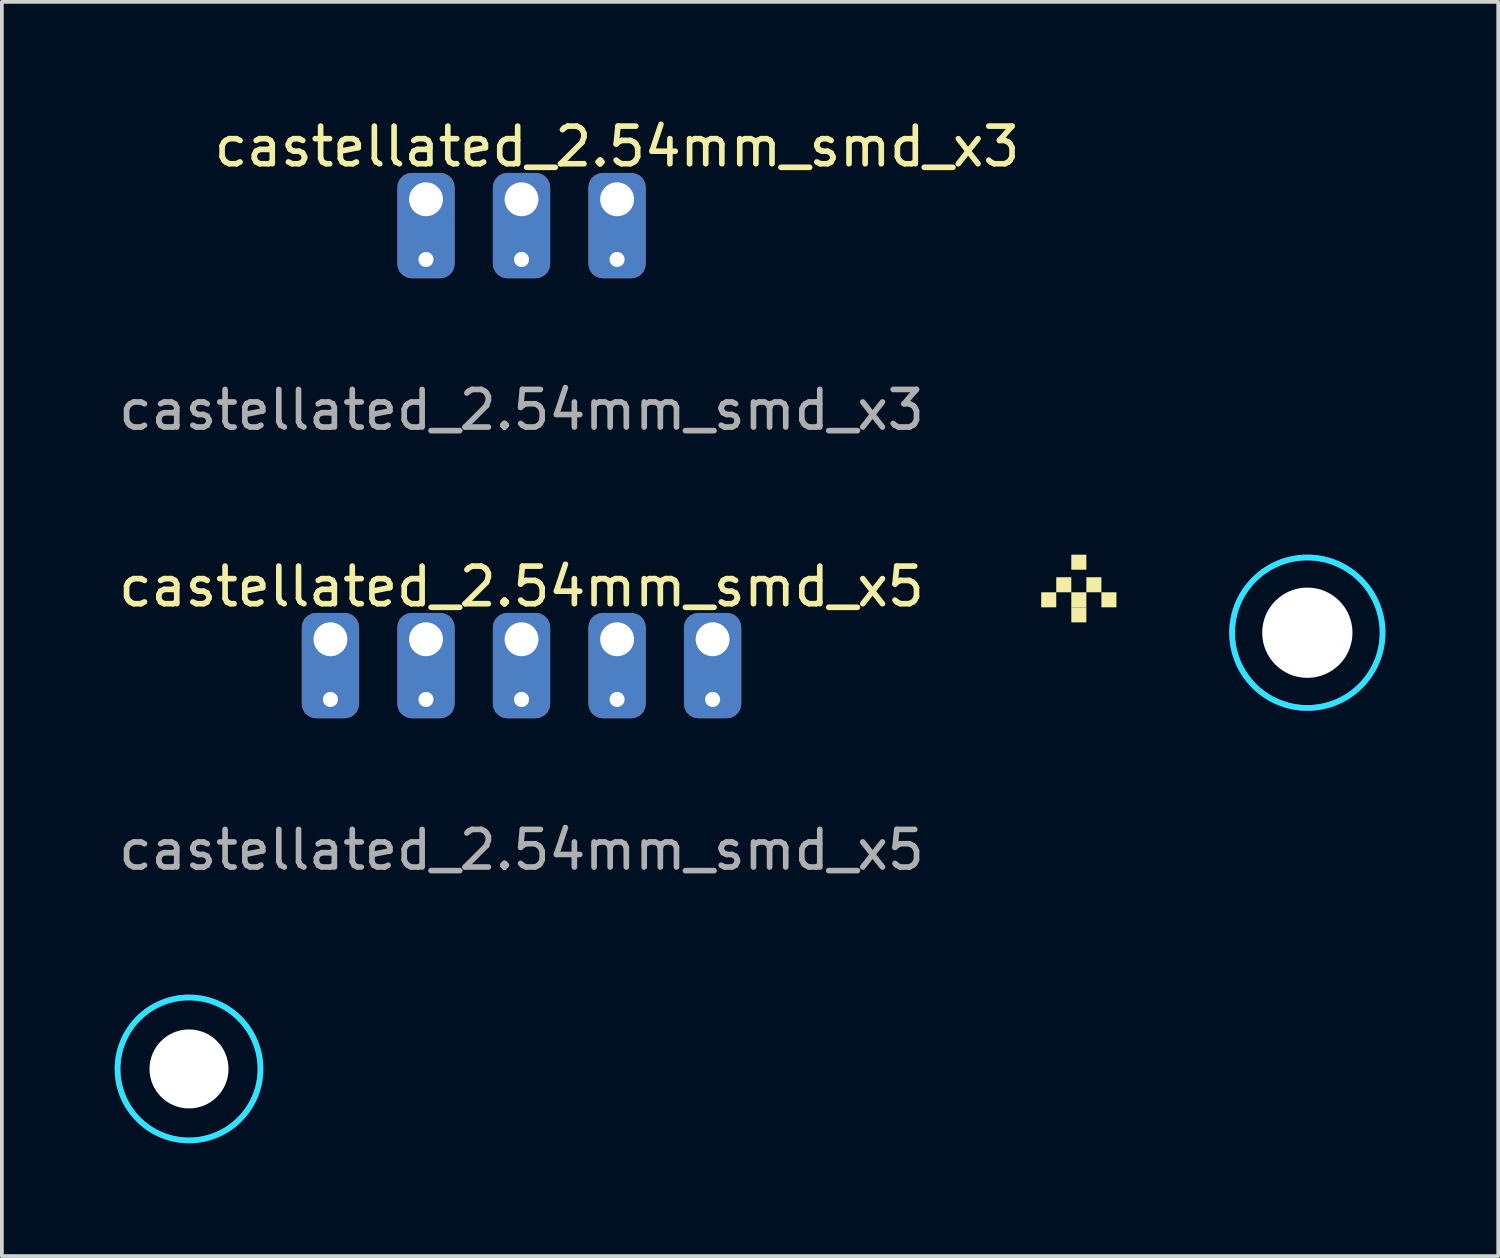
<source format=kicad_pcb>
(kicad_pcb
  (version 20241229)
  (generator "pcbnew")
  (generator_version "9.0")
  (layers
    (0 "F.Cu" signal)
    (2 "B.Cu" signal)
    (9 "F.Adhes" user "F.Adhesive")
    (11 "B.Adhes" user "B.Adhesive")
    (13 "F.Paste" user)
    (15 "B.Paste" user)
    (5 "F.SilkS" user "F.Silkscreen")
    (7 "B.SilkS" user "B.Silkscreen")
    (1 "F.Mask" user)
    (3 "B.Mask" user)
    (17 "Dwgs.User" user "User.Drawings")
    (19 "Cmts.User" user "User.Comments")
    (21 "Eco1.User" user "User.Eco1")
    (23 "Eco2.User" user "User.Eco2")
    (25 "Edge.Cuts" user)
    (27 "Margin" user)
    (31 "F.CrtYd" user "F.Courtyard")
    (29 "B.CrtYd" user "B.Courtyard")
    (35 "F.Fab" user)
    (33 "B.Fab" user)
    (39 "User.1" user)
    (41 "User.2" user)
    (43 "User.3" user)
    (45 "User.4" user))
  (footprint "castellated_2.54mm_smd_x3"
    (layer "F.Cu")
    (at 10.815 2.248)
    (property "Reference" "castellated_2.54mm_smd_x3" (at 2.54 -1.4 0) (unlocked yes) (layer "F.SilkS") (effects (font (size 1 1) (thickness 0.15))))
    (fp_text user "${REFERENCE}" (at 0 5.6 0) (unlocked yes) (layer "F.Fab") (effects (font (size 1 1) (thickness 0.15))))
    (pad "1" thru_hole roundrect (at -2.54 0) (size 1.524 2.8) (drill 0.9 (offset 0 0.7)) (layers "*.Cu" "*.Mask") (roundrect_rratio 0.25))
    (pad "1" thru_hole circle (at -2.54 1.6) (size 0.6 0.6) (drill 0.4) (layers "*.Cu" "*.Mask"))
    (pad "2" thru_hole roundrect (at 0 0) (size 1.524 2.8) (drill 0.9 (offset 0 0.7)) (layers "*.Cu" "*.Mask") (roundrect_rratio 0.25))
    (pad "2" thru_hole circle (at 0 1.6) (size 0.6 0.6) (drill 0.4) (layers "*.Cu" "*.Mask"))
    (pad "3" thru_hole roundrect (at 2.54 0) (size 1.524 2.8) (drill 0.9 (offset 0 0.7)) (layers "*.Cu" "*.Mask") (roundrect_rratio 0.25))
    (pad "3" thru_hole circle (at 2.54 1.6) (size 0.6 0.6) (drill 0.4) (layers "*.Cu" "*.Mask")))
  (footprint "MH_M2"
    (layer "F.Cu")
    (at 31.706 13.771)
    (property "Reference" "MH_M2" (at 0 0 0) (layer "F.SilkS") (effects (font (size 0.025 0.025) (thickness 0.006))))
    (attr through_hole)
    (fp_circle (center 0 0) (end 2 0) (stroke (width 0.15) (type solid)) (fill no) (layer "B.CrtYd"))
    (fp_circle (center 0 0) (end 2 0) (stroke (width 0.15) (type solid)) (fill no) (layer "F.CrtYd"))
    (pad "" np_thru_hole circle (at 0 0) (size 2.4 2.4) (drill 2.4) (layers "*.Cu" "*.Mask")))
  (footprint "github_avatar"
    (layer "F.Cu")
    (at 25.631 12.496)
    (property "Reference" "github_avatar" (at 0 0.5 0) (layer "F.SilkS") (effects (font (size 0.03 0.03) (thickness 0.007))))
    (attr through_hole)
    (fp_poly (pts (xy -1 0.2) (xy -0.6 0.2) (xy -0.6 0.6) (xy -1 0.6)) (stroke (width 0) (type solid)) (fill yes) (layer "F.SilkS"))
    (fp_poly (pts (xy -0.6 -0.2) (xy -0.2 -0.2) (xy -0.2 0.2) (xy -0.6 0.2)) (stroke (width 0) (type solid)) (fill yes) (layer "F.SilkS"))
    (fp_poly (pts (xy -0.2 -0.8) (xy 0.2 -0.8) (xy 0.2 -0.4) (xy -0.2 -0.4)) (stroke (width 0) (type solid)) (fill yes) (layer "F.SilkS"))
    (fp_poly (pts (xy -0.2 0.2) (xy 0.2 0.2) (xy 0.2 0.6) (xy -0.2 0.6)) (stroke (width 0) (type solid)) (fill yes) (layer "F.SilkS"))
    (fp_poly (pts (xy -0.2 0.6) (xy 0.2 0.6) (xy 0.2 1) (xy -0.2 1)) (stroke (width 0) (type solid)) (fill yes) (layer "F.SilkS"))
    (fp_poly (pts (xy 0.2 -0.2) (xy 0.6 -0.2) (xy 0.6 0.2) (xy 0.2 0.2)) (stroke (width 0) (type solid)) (fill yes) (layer "F.SilkS"))
    (fp_poly (pts (xy 0.6 0.2) (xy 1 0.2) (xy 1 0.6) (xy 0.6 0.6)) (stroke (width 0) (type solid)) (fill yes) (layer "F.SilkS")))
  (footprint "MH_Pico_M2ish"
    (layer "F.Cu")
    (at 1.975 25.368)
    (property "Reference" "MH_Pico_M2ish" (at 0 0 0) (layer "F.SilkS") (effects (font (size 0.025 0.025) (thickness 0.006))))
    (fp_circle (center 0 0) (end 1.9 0) (stroke (width 0.15) (type solid)) (fill no) (layer "B.CrtYd"))
    (fp_circle (center 0 0) (end 1.9 0) (stroke (width 0.15) (type solid)) (fill no) (layer "F.CrtYd"))
    (pad "" np_thru_hole circle (at 0 0) (size 2.1 2.1) (drill 2.1) (layers "*.Cu" "*.Mask")))
  (footprint "castellated_2.54mm_smd_x5"
    (layer "F.Cu")
    (at 10.815 13.945)
    (property "Reference" "castellated_2.54mm_smd_x5" (at 0 -1.4 0) (unlocked yes) (layer "F.SilkS") (effects (font (size 1 1) (thickness 0.15))))
    (fp_text user "${REFERENCE}" (at 0 5.6 0) (unlocked yes) (layer "F.Fab") (effects (font (size 1 1) (thickness 0.15))))
    (pad "1" thru_hole roundrect (at -5.08 0) (size 1.524 2.8) (drill 0.9 (offset 0 0.7)) (layers "*.Cu" "*.Mask") (roundrect_rratio 0.25))
    (pad "1" thru_hole circle (at -5.08 1.6) (size 0.6 0.6) (drill 0.4) (layers "*.Cu" "*.Mask"))
    (pad "2" thru_hole roundrect (at -2.54 0) (size 1.524 2.8) (drill 0.9 (offset 0 0.7)) (layers "*.Cu" "*.Mask") (roundrect_rratio 0.25))
    (pad "2" thru_hole circle (at -2.54 1.6) (size 0.6 0.6) (drill 0.4) (layers "*.Cu" "*.Mask"))
    (pad "3" thru_hole roundrect (at 0 0) (size 1.524 2.8) (drill 0.9 (offset 0 0.7)) (layers "*.Cu" "*.Mask") (roundrect_rratio 0.25))
    (pad "3" thru_hole circle (at 0 1.6) (size 0.6 0.6) (drill 0.4) (layers "*.Cu" "*.Mask"))
    (pad "4" thru_hole roundrect (at 2.54 0) (size 1.524 2.8) (drill 0.9 (offset 0 0.7)) (layers "*.Cu" "*.Mask") (roundrect_rratio 0.25))
    (pad "4" thru_hole circle (at 2.54 1.6) (size 0.6 0.6) (drill 0.4) (layers "*.Cu" "*.Mask"))
    (pad "5" thru_hole roundrect (at 5.08 0) (size 1.524 2.8) (drill 0.9 (offset 0 0.7)) (layers "*.Cu" "*.Mask") (roundrect_rratio 0.25))
    (pad "5" thru_hole circle (at 5.08 1.6) (size 0.6 0.6) (drill 0.4) (layers "*.Cu" "*.Mask")))
  (gr_rect
    (start -3 -3)
    (end 36.781 30.343)
    (stroke (width 0.1) (type default))
    (fill no)
    (layer "Edge.Cuts")))
</source>
